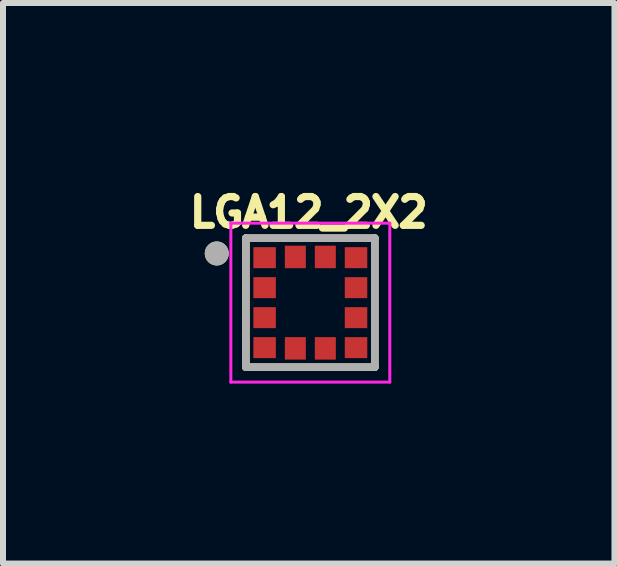
<source format=kicad_pcb>
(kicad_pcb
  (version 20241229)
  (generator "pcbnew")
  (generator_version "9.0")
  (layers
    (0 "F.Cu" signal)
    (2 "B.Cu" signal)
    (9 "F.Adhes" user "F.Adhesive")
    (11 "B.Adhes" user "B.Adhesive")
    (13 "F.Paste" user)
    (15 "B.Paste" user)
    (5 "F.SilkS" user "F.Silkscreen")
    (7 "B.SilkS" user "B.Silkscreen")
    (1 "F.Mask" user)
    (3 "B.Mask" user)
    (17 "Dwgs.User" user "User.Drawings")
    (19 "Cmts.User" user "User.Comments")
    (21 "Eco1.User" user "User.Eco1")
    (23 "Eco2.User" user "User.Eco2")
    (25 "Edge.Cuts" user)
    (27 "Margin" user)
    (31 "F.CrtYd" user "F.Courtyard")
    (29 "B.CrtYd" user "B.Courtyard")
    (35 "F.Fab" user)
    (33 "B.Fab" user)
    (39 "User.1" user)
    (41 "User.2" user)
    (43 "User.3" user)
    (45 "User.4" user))
  (footprint "LGA12_2X2"
    (layer "F.Cu")
    (at 2.124 1.996)
    (property "Reference" "LGA12_2X2" (at -0.026 -1.505 0) (layer "F.SilkS") (effects (font (size 0.48 0.48) (thickness 0.15))))
    (attr smd)
    (fp_poly (pts (xy -0.55 -0.525) (xy -0.975 -0.525) (xy -0.975 -0.975) (xy -0.55 -0.975)) (stroke (width 0.01) (type solid)) (fill yes) (layer "F.Mask"))
    (fp_poly (pts (xy -0.55 0.975) (xy -1 0.975) (xy -1 0.55) (xy -0.55 0.55)) (stroke (width 0.01) (type solid)) (fill yes) (layer "F.Mask"))
    (fp_poly (pts (xy -0.525 -0.05) (xy -1 -0.05) (xy -1 -0.45) (xy -0.525 -0.45)) (stroke (width 0.01) (type solid)) (fill yes) (layer "F.Mask"))
    (fp_poly (pts (xy -0.525 0.45) (xy -1 0.45) (xy -1 0.05) (xy -0.525 0.05)) (stroke (width 0.01) (type solid)) (fill yes) (layer "F.Mask"))
    (fp_poly (pts (xy -0.05 -0.525) (xy -0.45 -0.525) (xy -0.45 -1) (xy -0.05 -1)) (stroke (width 0.01) (type solid)) (fill yes) (layer "F.Mask"))
    (fp_poly (pts (xy -0.05 1) (xy -0.45 1) (xy -0.45 0.525) (xy -0.05 0.525)) (stroke (width 0.01) (type solid)) (fill yes) (layer "F.Mask"))
    (fp_poly (pts (xy 0.45 -0.525) (xy 0.05 -0.525) (xy 0.05 -1) (xy 0.45 -1)) (stroke (width 0.01) (type solid)) (fill yes) (layer "F.Mask"))
    (fp_poly (pts (xy 0.45 1) (xy 0.05 1) (xy 0.05 0.525) (xy 0.45 0.525)) (stroke (width 0.01) (type solid)) (fill yes) (layer "F.Mask"))
    (fp_poly (pts (xy 1 -0.55) (xy 0.55 -0.55) (xy 0.55 -0.975) (xy 1 -0.975)) (stroke (width 0.01) (type solid)) (fill yes) (layer "F.Mask"))
    (fp_poly (pts (xy 1 -0.05) (xy 0.525 -0.05) (xy 0.525 -0.45) (xy 1 -0.45)) (stroke (width 0.01) (type solid)) (fill yes) (layer "F.Mask"))
    (fp_poly (pts (xy 1 0.45) (xy 0.525 0.45) (xy 0.525 0.05) (xy 1 0.05)) (stroke (width 0.01) (type solid)) (fill yes) (layer "F.Mask"))
    (fp_poly (pts (xy 1 0.975) (xy 0.55 0.975) (xy 0.55 0.55) (xy 1 0.55)) (stroke (width 0.01) (type solid)) (fill yes) (layer "F.Mask"))
    (fp_line (start -1.075 -1.075) (end -1.075 1.075) (stroke (width 0.127) (type solid)) (layer "F.SilkS"))
    (fp_line (start -1.075 1.075) (end 1.075 1.075) (stroke (width 0.127) (type solid)) (layer "F.SilkS"))
    (fp_line (start 1.075 -1.075) (end -1.075 -1.075) (stroke (width 0.127) (type solid)) (layer "F.SilkS"))
    (fp_line (start 1.075 1.075) (end 1.075 -1.075) (stroke (width 0.127) (type solid)) (layer "F.SilkS"))
    (fp_circle (center -1.56 -0.82) (end -1.46 -0.82) (stroke (width 0.2) (type solid)) (fill no) (layer "F.SilkS"))
    (fp_line (start -1.325 -1.325) (end -1.325 1.325) (stroke (width 0.05) (type solid)) (layer "F.CrtYd"))
    (fp_line (start -1.325 1.325) (end 1.325 1.325) (stroke (width 0.05) (type solid)) (layer "F.CrtYd"))
    (fp_line (start 1.325 -1.325) (end -1.325 -1.325) (stroke (width 0.05) (type solid)) (layer "F.CrtYd"))
    (fp_line (start 1.325 1.325) (end 1.325 -1.325) (stroke (width 0.05) (type solid)) (layer "F.CrtYd"))
    (fp_line (start -1.075 -1.075) (end -1.075 1.075) (stroke (width 0.127) (type solid)) (layer "F.Fab"))
    (fp_line (start -1.075 1.075) (end 1.075 1.075) (stroke (width 0.127) (type solid)) (layer "F.Fab"))
    (fp_line (start 1.075 -1.075) (end -1.075 -1.075) (stroke (width 0.127) (type solid)) (layer "F.Fab"))
    (fp_line (start 1.075 1.075) (end 1.075 -1.075) (stroke (width 0.127) (type solid)) (layer "F.Fab"))
    (fp_circle (center -1.56 -0.82) (end -1.46 -0.82) (stroke (width 0.2) (type solid)) (fill no) (layer "F.Fab"))
    (pad "1" smd rect (at -0.762 -0.75) (size 0.375 0.35) (layers "F.Cu" "F.Paste"))
    (pad "2" smd rect (at -0.762 -0.25) (size 0.375 0.35) (layers "F.Cu" "F.Paste"))
    (pad "3" smd rect (at -0.762 0.25) (size 0.375 0.35) (layers "F.Cu" "F.Paste"))
    (pad "4" smd rect (at -0.762 0.75) (size 0.375 0.35) (layers "F.Cu" "F.Paste"))
    (pad "5" smd rect (at -0.25 0.762 90) (size 0.375 0.35) (layers "F.Cu" "F.Paste"))
    (pad "6" smd rect (at 0.25 0.762 90) (size 0.375 0.35) (layers "F.Cu" "F.Paste"))
    (pad "7" smd rect (at 0.762 0.75 180) (size 0.375 0.35) (layers "F.Cu" "F.Paste"))
    (pad "8" smd rect (at 0.762 0.25 180) (size 0.375 0.35) (layers "F.Cu" "F.Paste"))
    (pad "9" smd rect (at 0.762 -0.25 180) (size 0.375 0.35) (layers "F.Cu" "F.Paste"))
    (pad "10" smd rect (at 0.762 -0.75 180) (size 0.375 0.35) (layers "F.Cu" "F.Paste"))
    (pad "11" smd rect (at 0.25 -0.762 270) (size 0.375 0.35) (layers "F.Cu" "F.Paste"))
    (pad "12" smd rect (at -0.25 -0.762 270) (size 0.375 0.35) (layers "F.Cu" "F.Paste")))
  (gr_rect
    (start -3 -3)
    (end 7.195 6.346)
    (stroke (width 0.1) (type default))
    (fill no)
    (layer "Edge.Cuts")))
</source>
